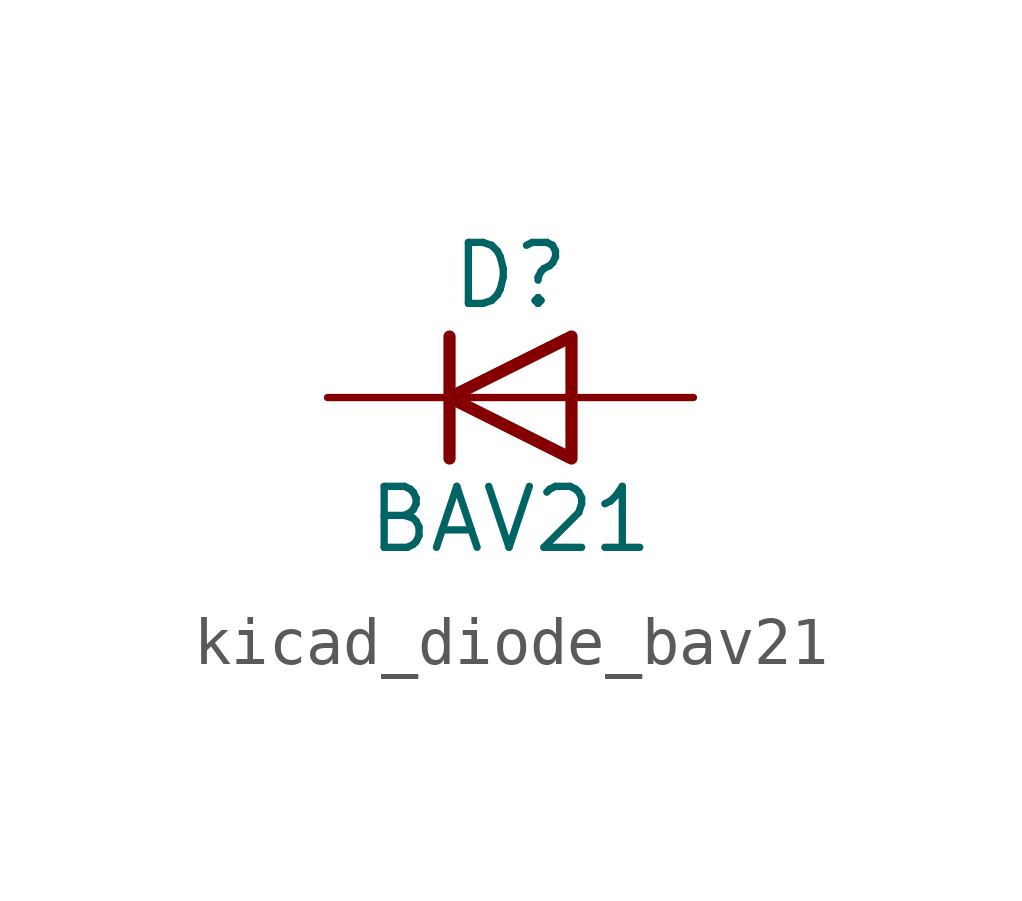
<source format=kicad_sym>
(kicad_symbol_lib
  (version 20220914)
  (generator kicad_symbol_editor)
  (symbol "kicad_diode_bav21"
    (pin_numbers hide)
    (pin_names hide)
    (property "Reference" "D"
      (at 0 2.54 0)
      (effects (font (size 1.27 1.27))))
    (property "Value" "BAV21"
      (at 0 -2.54 0)
      (effects (font (size 1.27 1.27))))
    (symbol "kicad_diode_bav21_0_1"
      (polyline (pts (xy -1.27 1.27) (xy -1.27 -1.27)) (stroke (width 0.254) (type default)) (fill (type none)))
      (polyline (pts (xy 1.27 0) (xy -1.27 0)) (stroke (width 0) (type default)) (fill (type none)))
      (polyline (pts (xy 1.27 1.27) (xy 1.27 -1.27) (xy -1.27 0) (xy 1.27 1.27)) (stroke (width 0.254) (type default)) (fill (type none))))
    (symbol "kicad_diode_bav21_1_1"
      (pin passive line (at -3.81 0 0) (length 2.54) (name "K" (effects (font (size 1.27 1.27)))) (number "1" (effects (font (size 1.27 1.27)))))
      (pin passive line (at 3.81 0 180) (length 2.54) (name "A" (effects (font (size 1.27 1.27)))) (number "2" (effects (font (size 1.27 1.27))))))))
</source>
